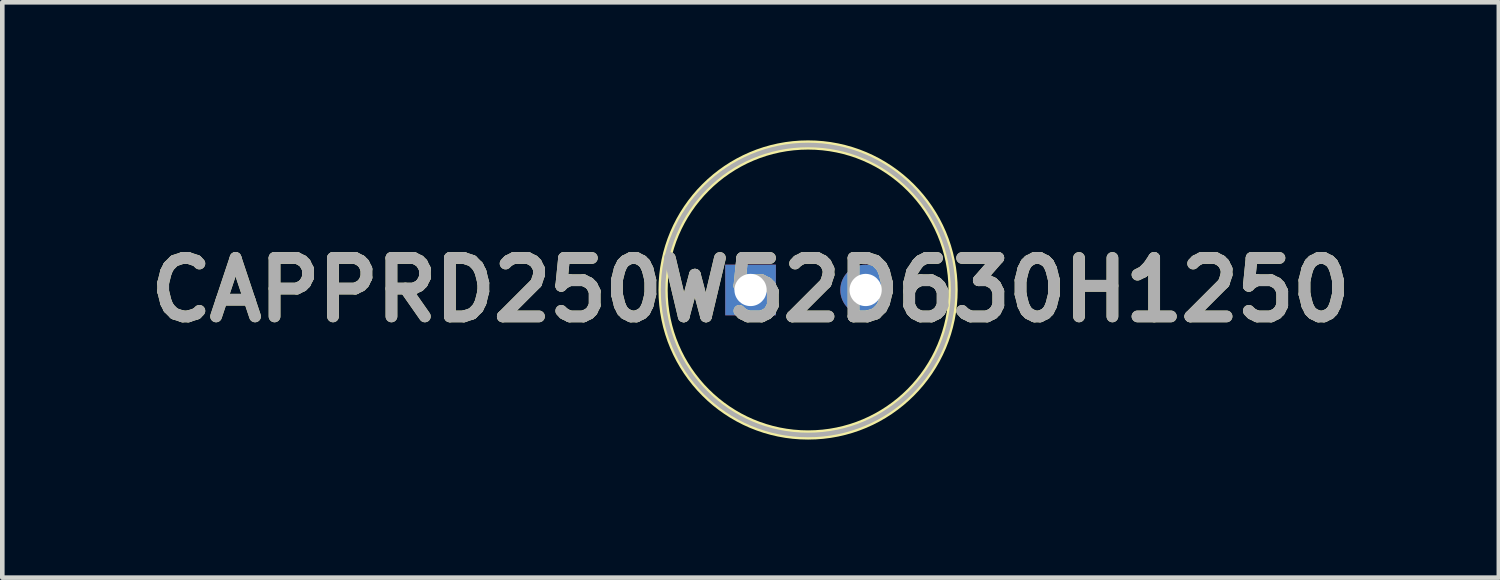
<source format=kicad_pcb>
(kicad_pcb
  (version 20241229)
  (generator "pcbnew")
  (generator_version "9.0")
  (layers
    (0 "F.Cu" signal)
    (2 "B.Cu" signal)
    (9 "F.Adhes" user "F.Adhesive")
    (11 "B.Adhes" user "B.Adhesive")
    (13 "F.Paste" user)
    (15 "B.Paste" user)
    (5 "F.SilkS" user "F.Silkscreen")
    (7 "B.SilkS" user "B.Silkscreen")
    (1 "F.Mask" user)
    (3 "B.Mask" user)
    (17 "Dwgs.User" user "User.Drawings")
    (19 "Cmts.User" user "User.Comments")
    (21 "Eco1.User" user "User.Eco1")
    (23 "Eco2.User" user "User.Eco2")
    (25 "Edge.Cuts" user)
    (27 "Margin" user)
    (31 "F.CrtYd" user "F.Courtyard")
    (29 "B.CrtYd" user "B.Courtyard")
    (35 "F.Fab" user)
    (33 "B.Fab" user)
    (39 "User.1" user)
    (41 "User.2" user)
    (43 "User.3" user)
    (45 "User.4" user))
  (footprint "CAPPRD250W52D630H1250"
    (layer "F.Cu")
    (at 13.256 3.25)
    (property "Reference" "CAPPRD250W52D630H1250" (at 0 0 0) (layer "F.SilkS") (effects (font (size 1.27 1.27) (thickness 0.254))))
    (attr through_hole)
    (fp_circle (center 1.25 0) (end 1.25 3.15) (stroke (width 0.2) (type solid)) (fill no) (layer "F.SilkS"))
    (fp_circle (center 1.25 0) (end 1.25 3.15) (stroke (width 0.1) (type solid)) (fill no) (layer "F.Fab"))
    (fp_text user "${REFERENCE}" (at 0 0 0) (layer "F.Fab") (effects (font (size 1.27 1.27) (thickness 0.254))))
    (pad "1" thru_hole rect (at 0 0) (size 1.1 1.1) (drill 0.7) (layers "*.Cu" "*.Mask"))
    (pad "2" thru_hole circle (at 2.5 0) (size 1.1 1.1) (drill 0.7) (layers "*.Cu" "*.Mask")))
  (gr_rect
    (start -3 -3)
    (end 29.513 9.5)
    (stroke (width 0.1) (type default))
    (fill no)
    (layer "Edge.Cuts")))
</source>
